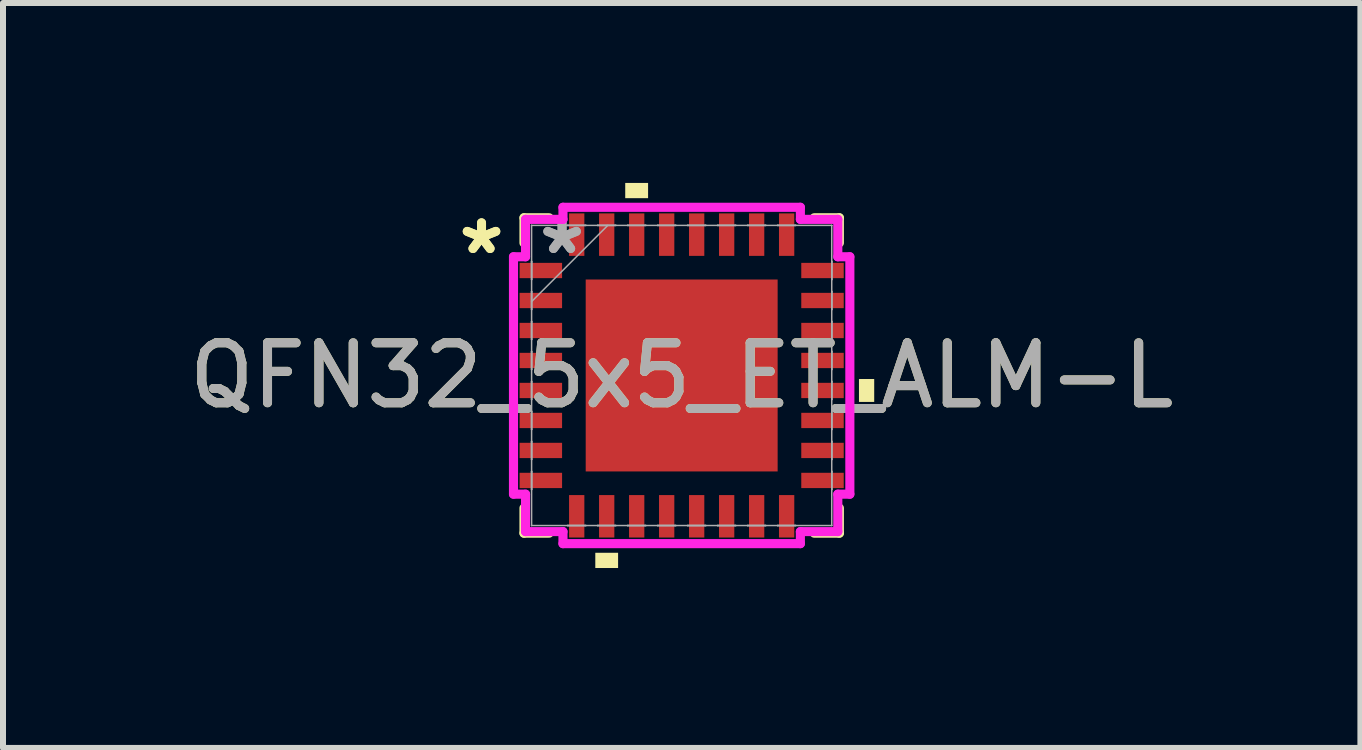
<source format=kicad_pcb>
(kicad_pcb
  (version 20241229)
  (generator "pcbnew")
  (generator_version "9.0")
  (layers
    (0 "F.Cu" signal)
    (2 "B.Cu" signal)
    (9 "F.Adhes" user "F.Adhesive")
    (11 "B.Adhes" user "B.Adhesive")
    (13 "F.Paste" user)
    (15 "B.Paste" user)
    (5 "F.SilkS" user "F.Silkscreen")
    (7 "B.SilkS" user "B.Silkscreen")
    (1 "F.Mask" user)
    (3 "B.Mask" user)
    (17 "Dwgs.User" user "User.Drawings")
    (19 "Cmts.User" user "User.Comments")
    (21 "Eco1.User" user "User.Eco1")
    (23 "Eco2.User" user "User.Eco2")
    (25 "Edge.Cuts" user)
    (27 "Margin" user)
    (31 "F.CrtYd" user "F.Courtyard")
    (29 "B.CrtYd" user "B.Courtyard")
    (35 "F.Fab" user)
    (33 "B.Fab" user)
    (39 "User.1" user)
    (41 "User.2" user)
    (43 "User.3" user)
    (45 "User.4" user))
  (footprint "QFN32_5x5_ET_ALM-L"
    (layer "F.Cu")
    (at 8.315 3.21)
    (property "Reference" "QFN32_5x5_ET_ALM-L" (at 0 0 0) (unlocked yes) (layer "F.SilkS") (effects (font (size 1 1) (thickness 0.15))))
    (attr smd)
    (fp_line (start -2.629 -2.629) (end -2.629 -2.21) (stroke (width 0.152) (type solid)) (layer "F.SilkS"))
    (fp_line (start -2.629 2.21) (end -2.629 2.629) (stroke (width 0.152) (type solid)) (layer "F.SilkS"))
    (fp_line (start -2.629 2.629) (end -2.21 2.629) (stroke (width 0.152) (type solid)) (layer "F.SilkS"))
    (fp_line (start -2.21 -2.629) (end -2.629 -2.629) (stroke (width 0.152) (type solid)) (layer "F.SilkS"))
    (fp_line (start 2.21 2.629) (end 2.629 2.629) (stroke (width 0.152) (type solid)) (layer "F.SilkS"))
    (fp_line (start 2.629 -2.629) (end 2.21 -2.629) (stroke (width 0.152) (type solid)) (layer "F.SilkS"))
    (fp_line (start 2.629 -2.21) (end 2.629 -2.629) (stroke (width 0.152) (type solid)) (layer "F.SilkS"))
    (fp_line (start 2.629 2.629) (end 2.629 2.21) (stroke (width 0.152) (type solid)) (layer "F.SilkS"))
    (fp_poly (pts (xy -1.44 2.956) (xy -1.44 3.21) (xy -1.06 3.21) (xy -1.06 2.956)) (stroke (width 0) (type solid)) (fill yes) (layer "F.SilkS"))
    (fp_poly (pts (xy -0.941 -2.956) (xy -0.941 -3.21) (xy -0.56 -3.21) (xy -0.56 -2.956)) (stroke (width 0) (type solid)) (fill yes) (layer "F.SilkS"))
    (fp_poly (pts (xy 3.21 0.059) (xy 3.21 0.441) (xy 2.956 0.441) (xy 2.956 0.059)) (stroke (width 0) (type solid)) (fill yes) (layer "F.SilkS"))
    (fp_poly (pts (xy -1.5 -1.5) (xy -1.5 -0.1) (xy -0.1 -0.1) (xy -0.1 -1.5)) (stroke (width 0) (type solid)) (fill yes) (layer "F.Paste"))
    (fp_poly (pts (xy -1.5 0.1) (xy -1.5 1.5) (xy -0.1 1.5) (xy -0.1 0.1)) (stroke (width 0) (type solid)) (fill yes) (layer "F.Paste"))
    (fp_poly (pts (xy 0.1 -1.5) (xy 0.1 -0.1) (xy 1.5 -0.1) (xy 1.5 -1.5)) (stroke (width 0) (type solid)) (fill yes) (layer "F.Paste"))
    (fp_poly (pts (xy 0.1 0.1) (xy 0.1 1.5) (xy 1.5 1.5) (xy 1.5 0.1)) (stroke (width 0) (type solid)) (fill yes) (layer "F.Paste"))
    (fp_line (start -2.804 -1.979) (end -2.603 -1.979) (stroke (width 0.152) (type solid)) (layer "F.CrtYd"))
    (fp_line (start -2.804 1.979) (end -2.804 -1.979) (stroke (width 0.152) (type solid)) (layer "F.CrtYd"))
    (fp_line (start -2.603 -2.603) (end -1.979 -2.603) (stroke (width 0.152) (type solid)) (layer "F.CrtYd"))
    (fp_line (start -2.603 -1.979) (end -2.603 -2.603) (stroke (width 0.152) (type solid)) (layer "F.CrtYd"))
    (fp_line (start -2.603 1.979) (end -2.804 1.979) (stroke (width 0.152) (type solid)) (layer "F.CrtYd"))
    (fp_line (start -2.603 2.603) (end -2.603 1.979) (stroke (width 0.152) (type solid)) (layer "F.CrtYd"))
    (fp_line (start -1.979 -2.804) (end 1.979 -2.804) (stroke (width 0.152) (type solid)) (layer "F.CrtYd"))
    (fp_line (start -1.979 -2.603) (end -1.979 -2.804) (stroke (width 0.152) (type solid)) (layer "F.CrtYd"))
    (fp_line (start -1.979 2.603) (end -2.603 2.603) (stroke (width 0.152) (type solid)) (layer "F.CrtYd"))
    (fp_line (start -1.979 2.804) (end -1.979 2.603) (stroke (width 0.152) (type solid)) (layer "F.CrtYd"))
    (fp_line (start 1.979 -2.804) (end 1.979 -2.603) (stroke (width 0.152) (type solid)) (layer "F.CrtYd"))
    (fp_line (start 1.979 -2.603) (end 2.603 -2.603) (stroke (width 0.152) (type solid)) (layer "F.CrtYd"))
    (fp_line (start 1.979 2.603) (end 1.979 2.804) (stroke (width 0.152) (type solid)) (layer "F.CrtYd"))
    (fp_line (start 1.979 2.804) (end -1.979 2.804) (stroke (width 0.152) (type solid)) (layer "F.CrtYd"))
    (fp_line (start 2.603 -2.603) (end 2.603 -1.979) (stroke (width 0.152) (type solid)) (layer "F.CrtYd"))
    (fp_line (start 2.603 -1.979) (end 2.804 -1.979) (stroke (width 0.152) (type solid)) (layer "F.CrtYd"))
    (fp_line (start 2.603 1.979) (end 2.603 2.603) (stroke (width 0.152) (type solid)) (layer "F.CrtYd"))
    (fp_line (start 2.603 2.603) (end 1.979 2.603) (stroke (width 0.152) (type solid)) (layer "F.CrtYd"))
    (fp_line (start 2.804 -1.979) (end 2.804 1.979) (stroke (width 0.152) (type solid)) (layer "F.CrtYd"))
    (fp_line (start 2.804 1.979) (end 2.603 1.979) (stroke (width 0.152) (type solid)) (layer "F.CrtYd"))
    (fp_line (start -2.502 -2.502) (end -2.502 -2.502) (stroke (width 0.025) (type solid)) (layer "F.Fab"))
    (fp_line (start -2.502 -2.502) (end -2.502 2.502) (stroke (width 0.025) (type solid)) (layer "F.Fab"))
    (fp_line (start -2.502 -1.902) (end -2.502 -1.902) (stroke (width 0.025) (type solid)) (layer "F.Fab"))
    (fp_line (start -2.502 -1.902) (end -2.502 -1.598) (stroke (width 0.025) (type solid)) (layer "F.Fab"))
    (fp_line (start -2.502 -1.598) (end -2.502 -1.902) (stroke (width 0.025) (type solid)) (layer "F.Fab"))
    (fp_line (start -2.502 -1.598) (end -2.502 -1.598) (stroke (width 0.025) (type solid)) (layer "F.Fab"))
    (fp_line (start -2.502 -1.402) (end -2.502 -1.402) (stroke (width 0.025) (type solid)) (layer "F.Fab"))
    (fp_line (start -2.502 -1.402) (end -2.502 -1.098) (stroke (width 0.025) (type solid)) (layer "F.Fab"))
    (fp_line (start -2.502 -1.232) (end -1.232 -2.502) (stroke (width 0.025) (type solid)) (layer "F.Fab"))
    (fp_line (start -2.502 -1.098) (end -2.502 -1.402) (stroke (width 0.025) (type solid)) (layer "F.Fab"))
    (fp_line (start -2.502 -1.098) (end -2.502 -1.098) (stroke (width 0.025) (type solid)) (layer "F.Fab"))
    (fp_line (start -2.502 -0.902) (end -2.502 -0.902) (stroke (width 0.025) (type solid)) (layer "F.Fab"))
    (fp_line (start -2.502 -0.902) (end -2.502 -0.598) (stroke (width 0.025) (type solid)) (layer "F.Fab"))
    (fp_line (start -2.502 -0.598) (end -2.502 -0.902) (stroke (width 0.025) (type solid)) (layer "F.Fab"))
    (fp_line (start -2.502 -0.598) (end -2.502 -0.598) (stroke (width 0.025) (type solid)) (layer "F.Fab"))
    (fp_line (start -2.502 -0.402) (end -2.502 -0.402) (stroke (width 0.025) (type solid)) (layer "F.Fab"))
    (fp_line (start -2.502 -0.402) (end -2.502 -0.098) (stroke (width 0.025) (type solid)) (layer "F.Fab"))
    (fp_line (start -2.502 -0.098) (end -2.502 -0.402) (stroke (width 0.025) (type solid)) (layer "F.Fab"))
    (fp_line (start -2.502 -0.098) (end -2.502 -0.098) (stroke (width 0.025) (type solid)) (layer "F.Fab"))
    (fp_line (start -2.502 0.098) (end -2.502 0.098) (stroke (width 0.025) (type solid)) (layer "F.Fab"))
    (fp_line (start -2.502 0.098) (end -2.502 0.402) (stroke (width 0.025) (type solid)) (layer "F.Fab"))
    (fp_line (start -2.502 0.402) (end -2.502 0.098) (stroke (width 0.025) (type solid)) (layer "F.Fab"))
    (fp_line (start -2.502 0.402) (end -2.502 0.402) (stroke (width 0.025) (type solid)) (layer "F.Fab"))
    (fp_line (start -2.502 0.598) (end -2.502 0.598) (stroke (width 0.025) (type solid)) (layer "F.Fab"))
    (fp_line (start -2.502 0.598) (end -2.502 0.902) (stroke (width 0.025) (type solid)) (layer "F.Fab"))
    (fp_line (start -2.502 0.902) (end -2.502 0.598) (stroke (width 0.025) (type solid)) (layer "F.Fab"))
    (fp_line (start -2.502 0.902) (end -2.502 0.902) (stroke (width 0.025) (type solid)) (layer "F.Fab"))
    (fp_line (start -2.502 1.098) (end -2.502 1.098) (stroke (width 0.025) (type solid)) (layer "F.Fab"))
    (fp_line (start -2.502 1.098) (end -2.502 1.402) (stroke (width 0.025) (type solid)) (layer "F.Fab"))
    (fp_line (start -2.502 1.402) (end -2.502 1.098) (stroke (width 0.025) (type solid)) (layer "F.Fab"))
    (fp_line (start -2.502 1.402) (end -2.502 1.402) (stroke (width 0.025) (type solid)) (layer "F.Fab"))
    (fp_line (start -2.502 1.598) (end -2.502 1.598) (stroke (width 0.025) (type solid)) (layer "F.Fab"))
    (fp_line (start -2.502 1.598) (end -2.502 1.902) (stroke (width 0.025) (type solid)) (layer "F.Fab"))
    (fp_line (start -2.502 1.902) (end -2.502 1.598) (stroke (width 0.025) (type solid)) (layer "F.Fab"))
    (fp_line (start -2.502 1.902) (end -2.502 1.902) (stroke (width 0.025) (type solid)) (layer "F.Fab"))
    (fp_line (start -2.502 2.502) (end -2.502 2.502) (stroke (width 0.025) (type solid)) (layer "F.Fab"))
    (fp_line (start -2.502 2.502) (end 2.502 2.502) (stroke (width 0.025) (type solid)) (layer "F.Fab"))
    (fp_line (start -1.902 -2.502) (end -1.902 -2.502) (stroke (width 0.025) (type solid)) (layer "F.Fab"))
    (fp_line (start -1.902 -2.502) (end -1.598 -2.502) (stroke (width 0.025) (type solid)) (layer "F.Fab"))
    (fp_line (start -1.902 2.502) (end -1.902 2.502) (stroke (width 0.025) (type solid)) (layer "F.Fab"))
    (fp_line (start -1.902 2.502) (end -1.598 2.502) (stroke (width 0.025) (type solid)) (layer "F.Fab"))
    (fp_line (start -1.598 -2.502) (end -1.902 -2.502) (stroke (width 0.025) (type solid)) (layer "F.Fab"))
    (fp_line (start -1.598 -2.502) (end -1.598 -2.502) (stroke (width 0.025) (type solid)) (layer "F.Fab"))
    (fp_line (start -1.598 2.502) (end -1.902 2.502) (stroke (width 0.025) (type solid)) (layer "F.Fab"))
    (fp_line (start -1.598 2.502) (end -1.598 2.502) (stroke (width 0.025) (type solid)) (layer "F.Fab"))
    (fp_line (start -1.402 -2.502) (end -1.402 -2.502) (stroke (width 0.025) (type solid)) (layer "F.Fab"))
    (fp_line (start -1.402 -2.502) (end -1.098 -2.502) (stroke (width 0.025) (type solid)) (layer "F.Fab"))
    (fp_line (start -1.402 2.502) (end -1.402 2.502) (stroke (width 0.025) (type solid)) (layer "F.Fab"))
    (fp_line (start -1.402 2.502) (end -1.098 2.502) (stroke (width 0.025) (type solid)) (layer "F.Fab"))
    (fp_line (start -1.098 -2.502) (end -1.402 -2.502) (stroke (width 0.025) (type solid)) (layer "F.Fab"))
    (fp_line (start -1.098 -2.502) (end -1.098 -2.502) (stroke (width 0.025) (type solid)) (layer "F.Fab"))
    (fp_line (start -1.098 2.502) (end -1.402 2.502) (stroke (width 0.025) (type solid)) (layer "F.Fab"))
    (fp_line (start -1.098 2.502) (end -1.098 2.502) (stroke (width 0.025) (type solid)) (layer "F.Fab"))
    (fp_line (start -0.902 -2.502) (end -0.902 -2.502) (stroke (width 0.025) (type solid)) (layer "F.Fab"))
    (fp_line (start -0.902 -2.502) (end -0.598 -2.502) (stroke (width 0.025) (type solid)) (layer "F.Fab"))
    (fp_line (start -0.902 2.502) (end -0.902 2.502) (stroke (width 0.025) (type solid)) (layer "F.Fab"))
    (fp_line (start -0.902 2.502) (end -0.598 2.502) (stroke (width 0.025) (type solid)) (layer "F.Fab"))
    (fp_line (start -0.598 -2.502) (end -0.902 -2.502) (stroke (width 0.025) (type solid)) (layer "F.Fab"))
    (fp_line (start -0.598 -2.502) (end -0.598 -2.502) (stroke (width 0.025) (type solid)) (layer "F.Fab"))
    (fp_line (start -0.598 2.502) (end -0.902 2.502) (stroke (width 0.025) (type solid)) (layer "F.Fab"))
    (fp_line (start -0.598 2.502) (end -0.598 2.502) (stroke (width 0.025) (type solid)) (layer "F.Fab"))
    (fp_line (start -0.402 -2.502) (end -0.402 -2.502) (stroke (width 0.025) (type solid)) (layer "F.Fab"))
    (fp_line (start -0.402 -2.502) (end -0.098 -2.502) (stroke (width 0.025) (type solid)) (layer "F.Fab"))
    (fp_line (start -0.402 2.502) (end -0.402 2.502) (stroke (width 0.025) (type solid)) (layer "F.Fab"))
    (fp_line (start -0.402 2.502) (end -0.098 2.502) (stroke (width 0.025) (type solid)) (layer "F.Fab"))
    (fp_line (start -0.098 -2.502) (end -0.402 -2.502) (stroke (width 0.025) (type solid)) (layer "F.Fab"))
    (fp_line (start -0.098 -2.502) (end -0.098 -2.502) (stroke (width 0.025) (type solid)) (layer "F.Fab"))
    (fp_line (start -0.098 2.502) (end -0.402 2.502) (stroke (width 0.025) (type solid)) (layer "F.Fab"))
    (fp_line (start -0.098 2.502) (end -0.098 2.502) (stroke (width 0.025) (type solid)) (layer "F.Fab"))
    (fp_line (start 0.098 -2.502) (end 0.098 -2.502) (stroke (width 0.025) (type solid)) (layer "F.Fab"))
    (fp_line (start 0.098 -2.502) (end 0.402 -2.502) (stroke (width 0.025) (type solid)) (layer "F.Fab"))
    (fp_line (start 0.098 2.502) (end 0.098 2.502) (stroke (width 0.025) (type solid)) (layer "F.Fab"))
    (fp_line (start 0.098 2.502) (end 0.402 2.502) (stroke (width 0.025) (type solid)) (layer "F.Fab"))
    (fp_line (start 0.402 -2.502) (end 0.098 -2.502) (stroke (width 0.025) (type solid)) (layer "F.Fab"))
    (fp_line (start 0.402 -2.502) (end 0.402 -2.502) (stroke (width 0.025) (type solid)) (layer "F.Fab"))
    (fp_line (start 0.402 2.502) (end 0.098 2.502) (stroke (width 0.025) (type solid)) (layer "F.Fab"))
    (fp_line (start 0.402 2.502) (end 0.402 2.502) (stroke (width 0.025) (type solid)) (layer "F.Fab"))
    (fp_line (start 0.598 -2.502) (end 0.598 -2.502) (stroke (width 0.025) (type solid)) (layer "F.Fab"))
    (fp_line (start 0.598 -2.502) (end 0.902 -2.502) (stroke (width 0.025) (type solid)) (layer "F.Fab"))
    (fp_line (start 0.598 2.502) (end 0.598 2.502) (stroke (width 0.025) (type solid)) (layer "F.Fab"))
    (fp_line (start 0.598 2.502) (end 0.902 2.502) (stroke (width 0.025) (type solid)) (layer "F.Fab"))
    (fp_line (start 0.902 -2.502) (end 0.598 -2.502) (stroke (width 0.025) (type solid)) (layer "F.Fab"))
    (fp_line (start 0.902 -2.502) (end 0.902 -2.502) (stroke (width 0.025) (type solid)) (layer "F.Fab"))
    (fp_line (start 0.902 2.502) (end 0.598 2.502) (stroke (width 0.025) (type solid)) (layer "F.Fab"))
    (fp_line (start 0.902 2.502) (end 0.902 2.502) (stroke (width 0.025) (type solid)) (layer "F.Fab"))
    (fp_line (start 1.098 -2.502) (end 1.098 -2.502) (stroke (width 0.025) (type solid)) (layer "F.Fab"))
    (fp_line (start 1.098 -2.502) (end 1.402 -2.502) (stroke (width 0.025) (type solid)) (layer "F.Fab"))
    (fp_line (start 1.098 2.502) (end 1.098 2.502) (stroke (width 0.025) (type solid)) (layer "F.Fab"))
    (fp_line (start 1.098 2.502) (end 1.402 2.502) (stroke (width 0.025) (type solid)) (layer "F.Fab"))
    (fp_line (start 1.402 -2.502) (end 1.098 -2.502) (stroke (width 0.025) (type solid)) (layer "F.Fab"))
    (fp_line (start 1.402 -2.502) (end 1.402 -2.502) (stroke (width 0.025) (type solid)) (layer "F.Fab"))
    (fp_line (start 1.402 2.502) (end 1.098 2.502) (stroke (width 0.025) (type solid)) (layer "F.Fab"))
    (fp_line (start 1.402 2.502) (end 1.402 2.502) (stroke (width 0.025) (type solid)) (layer "F.Fab"))
    (fp_line (start 1.598 -2.502) (end 1.598 -2.502) (stroke (width 0.025) (type solid)) (layer "F.Fab"))
    (fp_line (start 1.598 -2.502) (end 1.902 -2.502) (stroke (width 0.025) (type solid)) (layer "F.Fab"))
    (fp_line (start 1.598 2.502) (end 1.598 2.502) (stroke (width 0.025) (type solid)) (layer "F.Fab"))
    (fp_line (start 1.598 2.502) (end 1.902 2.502) (stroke (width 0.025) (type solid)) (layer "F.Fab"))
    (fp_line (start 1.902 -2.502) (end 1.598 -2.502) (stroke (width 0.025) (type solid)) (layer "F.Fab"))
    (fp_line (start 1.902 -2.502) (end 1.902 -2.502) (stroke (width 0.025) (type solid)) (layer "F.Fab"))
    (fp_line (start 1.902 2.502) (end 1.598 2.502) (stroke (width 0.025) (type solid)) (layer "F.Fab"))
    (fp_line (start 1.902 2.502) (end 1.902 2.502) (stroke (width 0.025) (type solid)) (layer "F.Fab"))
    (fp_line (start 2.502 -2.502) (end -2.502 -2.502) (stroke (width 0.025) (type solid)) (layer "F.Fab"))
    (fp_line (start 2.502 -2.502) (end 2.502 -2.502) (stroke (width 0.025) (type solid)) (layer "F.Fab"))
    (fp_line (start 2.502 -1.902) (end 2.502 -1.902) (stroke (width 0.025) (type solid)) (layer "F.Fab"))
    (fp_line (start 2.502 -1.902) (end 2.502 -1.598) (stroke (width 0.025) (type solid)) (layer "F.Fab"))
    (fp_line (start 2.502 -1.598) (end 2.502 -1.902) (stroke (width 0.025) (type solid)) (layer "F.Fab"))
    (fp_line (start 2.502 -1.598) (end 2.502 -1.598) (stroke (width 0.025) (type solid)) (layer "F.Fab"))
    (fp_line (start 2.502 -1.402) (end 2.502 -1.402) (stroke (width 0.025) (type solid)) (layer "F.Fab"))
    (fp_line (start 2.502 -1.402) (end 2.502 -1.098) (stroke (width 0.025) (type solid)) (layer "F.Fab"))
    (fp_line (start 2.502 -1.098) (end 2.502 -1.402) (stroke (width 0.025) (type solid)) (layer "F.Fab"))
    (fp_line (start 2.502 -1.098) (end 2.502 -1.098) (stroke (width 0.025) (type solid)) (layer "F.Fab"))
    (fp_line (start 2.502 -0.902) (end 2.502 -0.902) (stroke (width 0.025) (type solid)) (layer "F.Fab"))
    (fp_line (start 2.502 -0.902) (end 2.502 -0.598) (stroke (width 0.025) (type solid)) (layer "F.Fab"))
    (fp_line (start 2.502 -0.598) (end 2.502 -0.902) (stroke (width 0.025) (type solid)) (layer "F.Fab"))
    (fp_line (start 2.502 -0.598) (end 2.502 -0.598) (stroke (width 0.025) (type solid)) (layer "F.Fab"))
    (fp_line (start 2.502 -0.402) (end 2.502 -0.402) (stroke (width 0.025) (type solid)) (layer "F.Fab"))
    (fp_line (start 2.502 -0.402) (end 2.502 -0.098) (stroke (width 0.025) (type solid)) (layer "F.Fab"))
    (fp_line (start 2.502 -0.098) (end 2.502 -0.402) (stroke (width 0.025) (type solid)) (layer "F.Fab"))
    (fp_line (start 2.502 -0.098) (end 2.502 -0.098) (stroke (width 0.025) (type solid)) (layer "F.Fab"))
    (fp_line (start 2.502 0.098) (end 2.502 0.098) (stroke (width 0.025) (type solid)) (layer "F.Fab"))
    (fp_line (start 2.502 0.098) (end 2.502 0.402) (stroke (width 0.025) (type solid)) (layer "F.Fab"))
    (fp_line (start 2.502 0.402) (end 2.502 0.098) (stroke (width 0.025) (type solid)) (layer "F.Fab"))
    (fp_line (start 2.502 0.402) (end 2.502 0.402) (stroke (width 0.025) (type solid)) (layer "F.Fab"))
    (fp_line (start 2.502 0.598) (end 2.502 0.598) (stroke (width 0.025) (type solid)) (layer "F.Fab"))
    (fp_line (start 2.502 0.598) (end 2.502 0.902) (stroke (width 0.025) (type solid)) (layer "F.Fab"))
    (fp_line (start 2.502 0.902) (end 2.502 0.598) (stroke (width 0.025) (type solid)) (layer "F.Fab"))
    (fp_line (start 2.502 0.902) (end 2.502 0.902) (stroke (width 0.025) (type solid)) (layer "F.Fab"))
    (fp_line (start 2.502 1.098) (end 2.502 1.098) (stroke (width 0.025) (type solid)) (layer "F.Fab"))
    (fp_line (start 2.502 1.098) (end 2.502 1.402) (stroke (width 0.025) (type solid)) (layer "F.Fab"))
    (fp_line (start 2.502 1.402) (end 2.502 1.098) (stroke (width 0.025) (type solid)) (layer "F.Fab"))
    (fp_line (start 2.502 1.402) (end 2.502 1.402) (stroke (width 0.025) (type solid)) (layer "F.Fab"))
    (fp_line (start 2.502 1.598) (end 2.502 1.598) (stroke (width 0.025) (type solid)) (layer "F.Fab"))
    (fp_line (start 2.502 1.598) (end 2.502 1.902) (stroke (width 0.025) (type solid)) (layer "F.Fab"))
    (fp_line (start 2.502 1.902) (end 2.502 1.598) (stroke (width 0.025) (type solid)) (layer "F.Fab"))
    (fp_line (start 2.502 1.902) (end 2.502 1.902) (stroke (width 0.025) (type solid)) (layer "F.Fab"))
    (fp_line (start 2.502 2.502) (end 2.502 -2.502) (stroke (width 0.025) (type solid)) (layer "F.Fab"))
    (fp_line (start 2.502 2.502) (end 2.502 2.502) (stroke (width 0.025) (type solid)) (layer "F.Fab"))
    (fp_text user "*" (at -3.337 -2 0) (layer "F.SilkS") (effects (font (size 1 1) (thickness 0.15))))
    (fp_text user "*" (at -3.337 -2 0) (unlocked yes) (layer "F.SilkS") (effects (font (size 1 1) (thickness 0.15))))
    (fp_text user "*" (at -1.994 -2 0) (unlocked yes) (layer "F.Fab") (effects (font (size 1 1) (thickness 0.15))))
    (fp_text user "*" (at -1.994 -2 0) (layer "F.Fab") (effects (font (size 1 1) (thickness 0.15))))
    (fp_text user "${REFERENCE}" (at 0 0 0) (unlocked yes) (layer "F.Fab") (effects (font (size 1 1) (thickness 0.15))))
    (pad "1" smd rect (at -2.348 -1.75 90) (size 0.255 0.708) (layers "F.Cu" "F.Mask" "F.Paste"))
    (pad "2" smd rect (at -2.348 -1.25 90) (size 0.255 0.708) (layers "F.Cu" "F.Mask" "F.Paste"))
    (pad "3" smd rect (at -2.348 -0.75 90) (size 0.255 0.708) (layers "F.Cu" "F.Mask" "F.Paste"))
    (pad "4" smd rect (at -2.348 -0.25 90) (size 0.255 0.708) (layers "F.Cu" "F.Mask" "F.Paste"))
    (pad "5" smd rect (at -2.348 0.25 90) (size 0.255 0.708) (layers "F.Cu" "F.Mask" "F.Paste"))
    (pad "6" smd rect (at -2.348 0.75 90) (size 0.255 0.708) (layers "F.Cu" "F.Mask" "F.Paste"))
    (pad "7" smd rect (at -2.348 1.25 90) (size 0.255 0.708) (layers "F.Cu" "F.Mask" "F.Paste"))
    (pad "8" smd rect (at -2.348 1.75 90) (size 0.255 0.708) (layers "F.Cu" "F.Mask" "F.Paste"))
    (pad "9" smd rect (at -1.75 2.348) (size 0.255 0.708) (layers "F.Cu" "F.Mask" "F.Paste"))
    (pad "10" smd rect (at -1.25 2.348) (size 0.255 0.708) (layers "F.Cu" "F.Mask" "F.Paste"))
    (pad "11" smd rect (at -0.75 2.348) (size 0.255 0.708) (layers "F.Cu" "F.Mask" "F.Paste"))
    (pad "12" smd rect (at -0.25 2.348) (size 0.255 0.708) (layers "F.Cu" "F.Mask" "F.Paste"))
    (pad "13" smd rect (at 0.25 2.348) (size 0.255 0.708) (layers "F.Cu" "F.Mask" "F.Paste"))
    (pad "14" smd rect (at 0.75 2.348) (size 0.255 0.708) (layers "F.Cu" "F.Mask" "F.Paste"))
    (pad "15" smd rect (at 1.25 2.348) (size 0.255 0.708) (layers "F.Cu" "F.Mask" "F.Paste"))
    (pad "16" smd rect (at 1.75 2.348) (size 0.255 0.708) (layers "F.Cu" "F.Mask" "F.Paste"))
    (pad "17" smd rect (at 2.348 1.75 90) (size 0.255 0.708) (layers "F.Cu" "F.Mask" "F.Paste"))
    (pad "18" smd rect (at 2.348 1.25 90) (size 0.255 0.708) (layers "F.Cu" "F.Mask" "F.Paste"))
    (pad "19" smd rect (at 2.348 0.75 90) (size 0.255 0.708) (layers "F.Cu" "F.Mask" "F.Paste"))
    (pad "20" smd rect (at 2.348 0.25 90) (size 0.255 0.708) (layers "F.Cu" "F.Mask" "F.Paste"))
    (pad "21" smd rect (at 2.348 -0.25 90) (size 0.255 0.708) (layers "F.Cu" "F.Mask" "F.Paste"))
    (pad "22" smd rect (at 2.348 -0.75 90) (size 0.255 0.708) (layers "F.Cu" "F.Mask" "F.Paste"))
    (pad "23" smd rect (at 2.348 -1.25 90) (size 0.255 0.708) (layers "F.Cu" "F.Mask" "F.Paste"))
    (pad "24" smd rect (at 2.348 -1.75 90) (size 0.255 0.708) (layers "F.Cu" "F.Mask" "F.Paste"))
    (pad "25" smd rect (at 1.75 -2.348) (size 0.255 0.708) (layers "F.Cu" "F.Mask" "F.Paste"))
    (pad "26" smd rect (at 1.25 -2.348) (size 0.255 0.708) (layers "F.Cu" "F.Mask" "F.Paste"))
    (pad "27" smd rect (at 0.75 -2.348) (size 0.255 0.708) (layers "F.Cu" "F.Mask" "F.Paste"))
    (pad "28" smd rect (at 0.25 -2.348) (size 0.255 0.708) (layers "F.Cu" "F.Mask" "F.Paste"))
    (pad "29" smd rect (at -0.25 -2.348) (size 0.255 0.708) (layers "F.Cu" "F.Mask" "F.Paste"))
    (pad "30" smd rect (at -0.75 -2.348) (size 0.255 0.708) (layers "F.Cu" "F.Mask" "F.Paste"))
    (pad "31" smd rect (at -1.25 -2.348) (size 0.255 0.708) (layers "F.Cu" "F.Mask" "F.Paste"))
    (pad "32" smd rect (at -1.75 -2.348) (size 0.255 0.708) (layers "F.Cu" "F.Mask" "F.Paste"))
    (pad "33" smd rect (at 0 0) (size 3.2 3.2) (layers "F.Cu" "F.Mask" "F.Paste")))
  (gr_rect
    (start -3 -3)
    (end 19.631 9.42)
    (stroke (width 0.1) (type default))
    (fill no)
    (layer "Edge.Cuts")))
</source>
